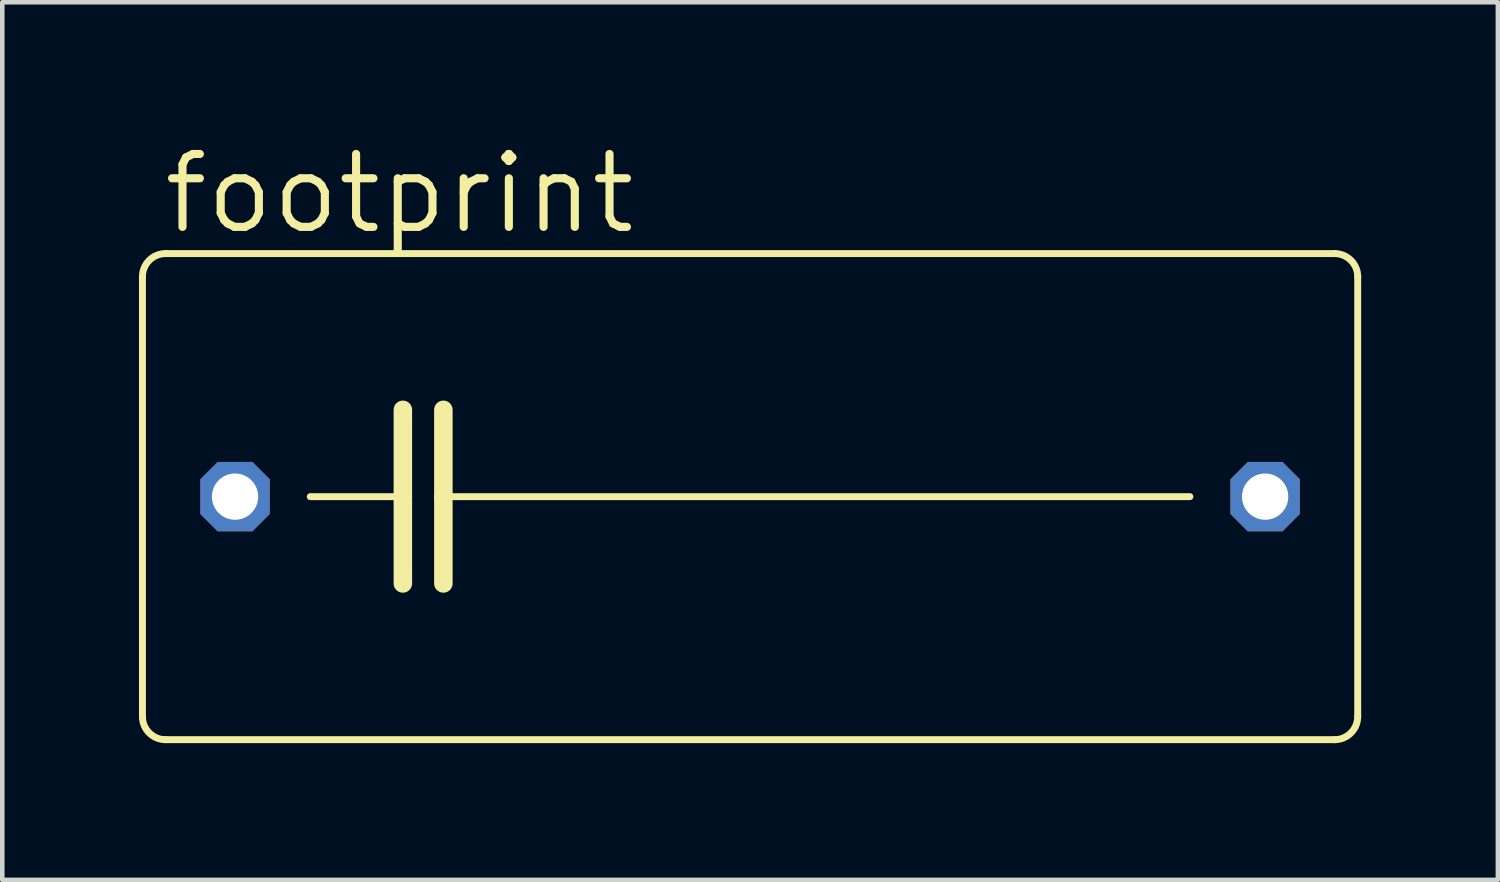
<source format=kicad_pcb>
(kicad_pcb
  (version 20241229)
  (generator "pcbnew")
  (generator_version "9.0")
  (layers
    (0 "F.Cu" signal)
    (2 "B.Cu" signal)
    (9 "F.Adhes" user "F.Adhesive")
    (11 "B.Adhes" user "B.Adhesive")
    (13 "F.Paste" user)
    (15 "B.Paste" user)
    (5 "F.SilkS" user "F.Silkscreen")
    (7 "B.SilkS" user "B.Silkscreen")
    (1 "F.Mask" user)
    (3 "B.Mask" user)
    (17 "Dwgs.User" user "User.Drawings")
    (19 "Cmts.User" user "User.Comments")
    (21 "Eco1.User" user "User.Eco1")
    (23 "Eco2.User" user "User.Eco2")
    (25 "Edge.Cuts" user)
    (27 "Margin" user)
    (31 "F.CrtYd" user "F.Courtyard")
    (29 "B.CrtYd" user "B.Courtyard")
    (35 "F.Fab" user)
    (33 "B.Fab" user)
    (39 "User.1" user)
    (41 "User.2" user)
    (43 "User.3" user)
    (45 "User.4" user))
  (footprint "footprint"
    (layer "F.Cu")
    (at 13.411 7.849)
    (property "Reference" "footprint" (at -12.954 -5.715 0) (layer "F.SilkS") (effects (font (size 1.6 1.6) (thickness 0.178)) (justify left bottom)))
    (fp_line (start -13.335 4.826) (end -13.335 -4.826) (stroke (width 0.152) (type solid)) (layer "F.SilkS"))
    (fp_line (start -12.827 -5.334) (end 12.827 -5.334) (stroke (width 0.152) (type solid)) (layer "F.SilkS"))
    (fp_line (start -9.652 0) (end -7.62 0) (stroke (width 0.152) (type solid)) (layer "F.SilkS"))
    (fp_line (start -7.62 -1.905) (end -7.62 0) (stroke (width 0.406) (type solid)) (layer "F.SilkS"))
    (fp_line (start -7.62 0) (end -7.62 1.905) (stroke (width 0.406) (type solid)) (layer "F.SilkS"))
    (fp_line (start -6.731 -1.905) (end -6.731 0) (stroke (width 0.406) (type solid)) (layer "F.SilkS"))
    (fp_line (start -6.731 0) (end -6.731 1.905) (stroke (width 0.406) (type solid)) (layer "F.SilkS"))
    (fp_line (start -6.731 0) (end 9.652 0) (stroke (width 0.152) (type solid)) (layer "F.SilkS"))
    (fp_line (start 12.827 5.334) (end -12.827 5.334) (stroke (width 0.152) (type solid)) (layer "F.SilkS"))
    (fp_line (start 13.335 -4.826) (end 13.335 4.826) (stroke (width 0.152) (type solid)) (layer "F.SilkS"))
    (fp_arc (start -13.335 -4.826) (mid -13.18621 -5.18521) (end -12.827 -5.334) (stroke (width 0.1524) (type solid)) (layer "F.SilkS"))
    (fp_arc (start -12.827 5.334) (mid -13.18621 5.18521) (end -13.335 4.826) (stroke (width 0.1524) (type solid)) (layer "F.SilkS"))
    (fp_arc (start 12.827 -5.334) (mid 13.18621 -5.18521) (end 13.335 -4.826) (stroke (width 0.1524) (type solid)) (layer "F.SilkS"))
    (fp_arc (start 13.335 4.826) (mid 13.18621 5.18521) (end 12.827 5.334) (stroke (width 0.1524) (type solid)) (layer "F.SilkS"))
    (pad "1" thru_hole roundrect (at -11.303 0) (size 1.524 1.524) (drill 1.016) (layers "*.Cu" "*.Mask") (roundrect_rratio 0.25) (chamfer_ratio 0.25) (chamfer top_left top_right bottom_left bottom_right))
    (pad "2" thru_hole roundrect (at 11.303 0) (size 1.524 1.524) (drill 1.016) (layers "*.Cu" "*.Mask") (roundrect_rratio 0.25) (chamfer_ratio 0.25) (chamfer top_left top_right bottom_left bottom_right)))
  (gr_rect
    (start -3 -3)
    (end 29.822 16.259)
    (stroke (width 0.1) (type default))
    (fill no)
    (layer "Edge.Cuts")))
</source>
